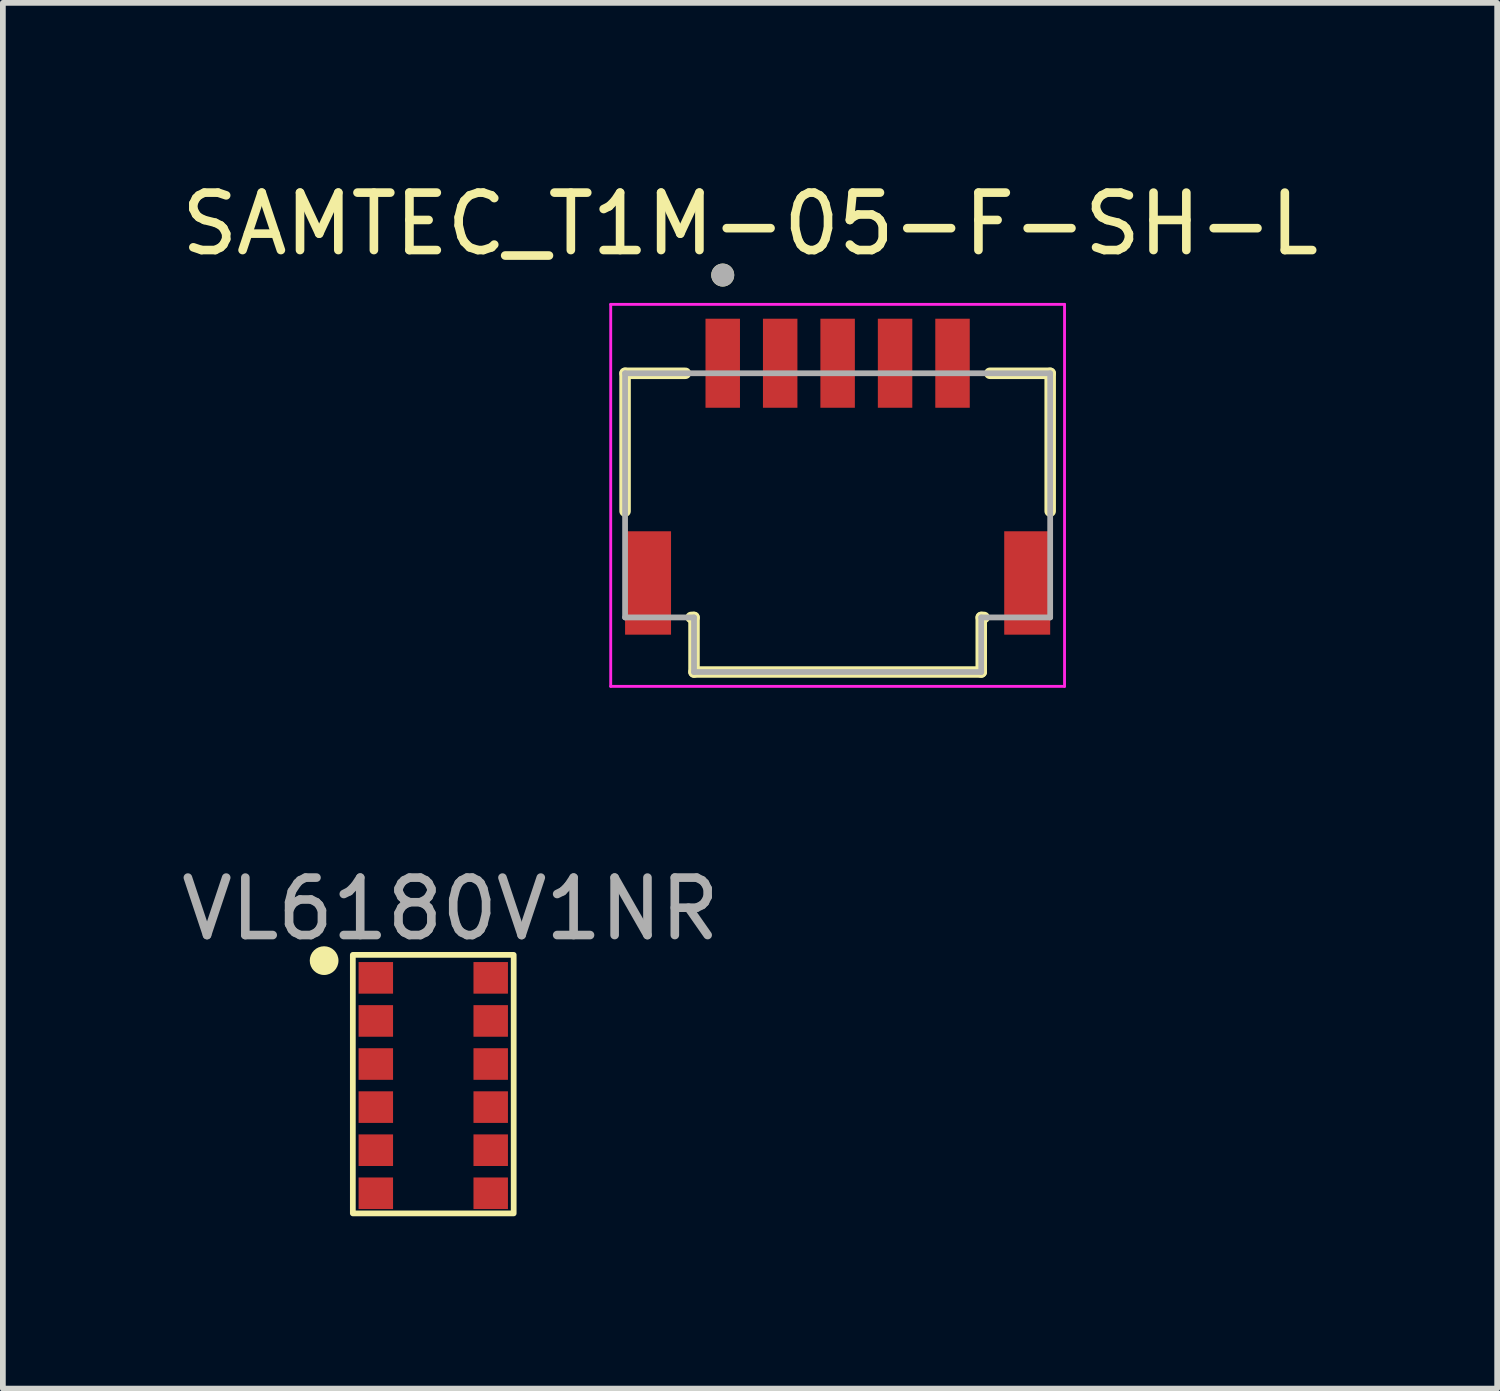
<source format=kicad_pcb>
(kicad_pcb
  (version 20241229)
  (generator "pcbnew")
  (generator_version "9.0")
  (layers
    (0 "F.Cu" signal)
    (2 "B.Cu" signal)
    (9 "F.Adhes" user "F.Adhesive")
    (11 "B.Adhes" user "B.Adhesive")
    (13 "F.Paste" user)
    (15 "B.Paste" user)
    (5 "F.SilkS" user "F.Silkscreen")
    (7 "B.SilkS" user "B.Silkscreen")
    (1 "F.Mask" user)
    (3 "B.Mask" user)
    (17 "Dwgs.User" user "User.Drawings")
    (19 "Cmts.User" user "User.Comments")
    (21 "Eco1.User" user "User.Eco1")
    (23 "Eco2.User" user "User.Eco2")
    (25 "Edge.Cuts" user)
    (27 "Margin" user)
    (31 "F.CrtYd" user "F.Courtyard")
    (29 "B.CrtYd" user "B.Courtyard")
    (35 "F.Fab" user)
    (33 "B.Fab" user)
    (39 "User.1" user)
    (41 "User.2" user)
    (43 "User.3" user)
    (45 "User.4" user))
  (footprint "SAMTEC_T1M-05-F-SH-L"
    (layer "F.Cu")
    (at 11.531 3.273)
    (property "Reference" "SAMTEC_T1M-05-F-SH-L" (at -1.525 -2.425 0) (layer "F.SilkS") (effects (font (size 1 1) (thickness 0.15))))
    (attr smd)
    (fp_line (start -3.7 0.175) (end -3.7 2.575) (stroke (width 0.2) (type solid)) (layer "F.SilkS"))
    (fp_line (start -3.7 0.175) (end -2.65 0.175) (stroke (width 0.2) (type solid)) (layer "F.SilkS"))
    (fp_line (start -2.55 4.425) (end -2.5 4.425) (stroke (width 0.2) (type solid)) (layer "F.SilkS"))
    (fp_line (start -2.5 4.425) (end -2.5 5.375) (stroke (width 0.2) (type solid)) (layer "F.SilkS"))
    (fp_line (start -2.5 5.375) (end 2.5 5.375) (stroke (width 0.2) (type solid)) (layer "F.SilkS"))
    (fp_line (start 2.5 4.425) (end 2.5 5.375) (stroke (width 0.2) (type solid)) (layer "F.SilkS"))
    (fp_line (start 2.55 4.425) (end 2.5 4.425) (stroke (width 0.2) (type solid)) (layer "F.SilkS"))
    (fp_line (start 3.7 0.175) (end 2.65 0.175) (stroke (width 0.2) (type solid)) (layer "F.SilkS"))
    (fp_line (start 3.7 0.175) (end 3.7 2.575) (stroke (width 0.2) (type solid)) (layer "F.SilkS"))
    (fp_circle (center -2 -1.535) (end -1.9 -1.535) (stroke (width 0.2) (type solid)) (fill no) (layer "F.SilkS"))
    (fp_line (start -3.95 -1.025) (end 3.95 -1.025) (stroke (width 0.05) (type solid)) (layer "F.CrtYd"))
    (fp_line (start -3.95 5.625) (end -3.95 -1.025) (stroke (width 0.05) (type solid)) (layer "F.CrtYd"))
    (fp_line (start 3.95 -1.025) (end 3.95 5.625) (stroke (width 0.05) (type solid)) (layer "F.CrtYd"))
    (fp_line (start 3.95 5.625) (end -3.95 5.625) (stroke (width 0.05) (type solid)) (layer "F.CrtYd"))
    (fp_line (start -3.7 0.175) (end -3.7 4.425) (stroke (width 0.1) (type solid)) (layer "F.Fab"))
    (fp_line (start -3.7 0.175) (end 3.7 0.175) (stroke (width 0.1) (type solid)) (layer "F.Fab"))
    (fp_line (start -3.7 4.425) (end -2.5 4.425) (stroke (width 0.1) (type solid)) (layer "F.Fab"))
    (fp_line (start -2.5 4.425) (end -2.5 5.375) (stroke (width 0.1) (type solid)) (layer "F.Fab"))
    (fp_line (start -2.5 5.375) (end 2.5 5.375) (stroke (width 0.1) (type solid)) (layer "F.Fab"))
    (fp_line (start 2.5 4.425) (end 2.5 5.375) (stroke (width 0.1) (type solid)) (layer "F.Fab"))
    (fp_line (start 3.7 0.175) (end 3.7 4.425) (stroke (width 0.1) (type solid)) (layer "F.Fab"))
    (fp_line (start 3.7 4.425) (end 2.5 4.425) (stroke (width 0.1) (type solid)) (layer "F.Fab"))
    (fp_circle (center -2 -1.535) (end -1.9 -1.535) (stroke (width 0.2) (type solid)) (fill no) (layer "F.Fab"))
    (pad "1" smd rect (at -2 0) (size 0.6 1.55) (layers "F.Cu" "F.Mask" "F.Paste"))
    (pad "2" smd rect (at -1 0) (size 0.6 1.55) (layers "F.Cu" "F.Mask" "F.Paste"))
    (pad "3" smd rect (at 0 0) (size 0.6 1.55) (layers "F.Cu" "F.Mask" "F.Paste"))
    (pad "4" smd rect (at 1 0) (size 0.6 1.55) (layers "F.Cu" "F.Mask" "F.Paste"))
    (pad "5" smd rect (at 2 0) (size 0.6 1.55) (layers "F.Cu" "F.Mask" "F.Paste"))
    (pad "SH1" smd rect (at -3.3 3.825) (size 0.8 1.8) (layers "F.Cu" "F.Mask" "F.Paste"))
    (pad "SH2" smd rect (at 3.3 3.825) (size 0.8 1.8) (layers "F.Cu" "F.Mask" "F.Paste")))
  (footprint "VL6180V1NR"
    (layer "F.Cu")
    (at 4.492 13.972)
    (property "Reference" "VL6180V1NR" (at 0.3 -1.2 0) (unlocked yes) (layer "F.SilkS") (effects (font (size 1 1) (thickness 0.1))))
    (attr smd)
    (fp_rect (start -1.4 -0.4) (end 1.4 4.1) (stroke (width 0.1) (type default)) (fill no) (layer "F.SilkS"))
    (fp_circle (center -1.9 -0.3) (end -1.7 -0.3) (stroke (width 0.1) (type solid)) (fill yes) (layer "F.SilkS"))
    (fp_text user "${REFERENCE}" (at 0.3 -1.2 0) (unlocked yes) (layer "F.Fab") (effects (font (size 1 1) (thickness 0.15))))
    (pad "1" smd rect (at -1 0) (size 0.6 0.55) (layers "F.Cu" "F.Mask" "F.Paste"))
    (pad "2" smd rect (at -1 0.75) (size 0.6 0.55) (layers "F.Cu" "F.Mask" "F.Paste"))
    (pad "3" smd rect (at -1 1.5) (size 0.6 0.55) (layers "F.Cu" "F.Mask" "F.Paste"))
    (pad "4" smd rect (at -1 2.25) (size 0.6 0.55) (layers "F.Cu" "F.Mask" "F.Paste"))
    (pad "5" smd rect (at -1 3) (size 0.6 0.55) (layers "F.Cu" "F.Mask" "F.Paste"))
    (pad "6" smd rect (at -1 3.75) (size 0.6 0.55) (layers "F.Cu" "F.Mask" "F.Paste"))
    (pad "7" smd rect (at 1 3.75) (size 0.6 0.55) (layers "F.Cu" "F.Mask" "F.Paste"))
    (pad "8" smd rect (at 1 3) (size 0.6 0.55) (layers "F.Cu" "F.Mask" "F.Paste"))
    (pad "9" smd rect (at 1 2.25) (size 0.6 0.55) (layers "F.Cu" "F.Mask" "F.Paste"))
    (pad "10" smd rect (at 1 1.5) (size 0.6 0.55) (layers "F.Cu" "F.Mask" "F.Paste"))
    (pad "11" smd rect (at 1 0.75) (size 0.6 0.55) (layers "F.Cu" "F.Mask" "F.Paste"))
    (pad "12" smd rect (at 1 0) (size 0.6 0.55) (layers "F.Cu" "F.Mask" "F.Paste")))
  (gr_rect
    (start -3 -3)
    (end 23.012 21.122)
    (stroke (width 0.1) (type default))
    (fill no)
    (layer "Edge.Cuts")))
</source>
